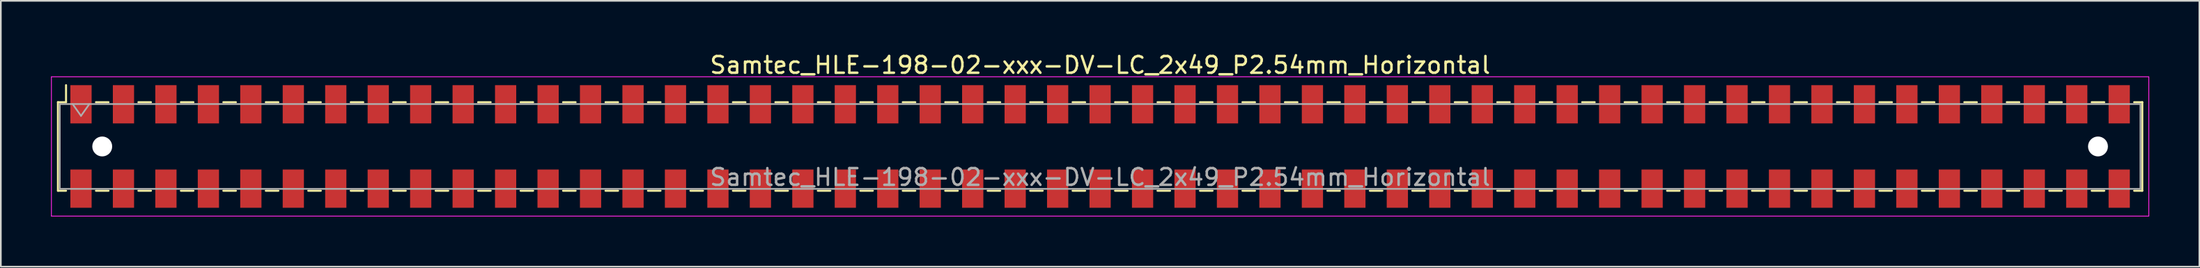
<source format=kicad_pcb>
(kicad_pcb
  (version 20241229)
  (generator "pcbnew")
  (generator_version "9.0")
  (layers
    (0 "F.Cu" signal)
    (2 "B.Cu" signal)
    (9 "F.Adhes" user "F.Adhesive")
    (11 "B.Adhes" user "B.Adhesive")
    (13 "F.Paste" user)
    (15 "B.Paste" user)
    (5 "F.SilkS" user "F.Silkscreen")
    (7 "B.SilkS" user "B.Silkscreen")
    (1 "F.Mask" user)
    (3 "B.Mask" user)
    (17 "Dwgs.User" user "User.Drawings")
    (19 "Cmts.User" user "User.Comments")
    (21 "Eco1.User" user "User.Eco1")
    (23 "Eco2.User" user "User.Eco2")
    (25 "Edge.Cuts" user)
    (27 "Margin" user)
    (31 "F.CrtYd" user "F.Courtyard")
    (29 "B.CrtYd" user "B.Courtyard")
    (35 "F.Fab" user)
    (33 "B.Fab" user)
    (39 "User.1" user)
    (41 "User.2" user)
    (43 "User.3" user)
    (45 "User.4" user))
  (footprint "Samtec_HLE-198-02-xxx-DV-LC_2x49_P2.54mm_Horizontal"
    (layer "F.Cu")
    (at 62.755 5.718)
    (property "Reference" "Samtec_HLE-198-02-xxx-DV-LC_2x49_P2.54mm_Horizontal" (at 0 -4.87 0) (layer "F.SilkS") (effects (font (size 1 1) (thickness 0.15))))
    (attr smd)
    (fp_line (start -62.34 -2.65) (end -62.34 2.65) (stroke (width 0.12) (type solid)) (layer "F.SilkS"))
    (fp_line (start -62.34 2.65) (end -61.855 2.65) (stroke (width 0.12) (type solid)) (layer "F.SilkS"))
    (fp_line (start -61.855 -3.67) (end -61.855 -2.65) (stroke (width 0.12) (type solid)) (layer "F.SilkS"))
    (fp_line (start -61.855 -2.65) (end -62.34 -2.65) (stroke (width 0.12) (type solid)) (layer "F.SilkS"))
    (fp_line (start -60.065 -2.65) (end -59.315 -2.65) (stroke (width 0.12) (type solid)) (layer "F.SilkS"))
    (fp_line (start -60.065 2.65) (end -59.315 2.65) (stroke (width 0.12) (type solid)) (layer "F.SilkS"))
    (fp_line (start -57.525 -2.65) (end -56.775 -2.65) (stroke (width 0.12) (type solid)) (layer "F.SilkS"))
    (fp_line (start -57.525 2.65) (end -56.775 2.65) (stroke (width 0.12) (type solid)) (layer "F.SilkS"))
    (fp_line (start -54.985 -2.65) (end -54.235 -2.65) (stroke (width 0.12) (type solid)) (layer "F.SilkS"))
    (fp_line (start -54.985 2.65) (end -54.235 2.65) (stroke (width 0.12) (type solid)) (layer "F.SilkS"))
    (fp_line (start -52.445 -2.65) (end -51.695 -2.65) (stroke (width 0.12) (type solid)) (layer "F.SilkS"))
    (fp_line (start -52.445 2.65) (end -51.695 2.65) (stroke (width 0.12) (type solid)) (layer "F.SilkS"))
    (fp_line (start -49.905 -2.65) (end -49.155 -2.65) (stroke (width 0.12) (type solid)) (layer "F.SilkS"))
    (fp_line (start -49.905 2.65) (end -49.155 2.65) (stroke (width 0.12) (type solid)) (layer "F.SilkS"))
    (fp_line (start -47.365 -2.65) (end -46.615 -2.65) (stroke (width 0.12) (type solid)) (layer "F.SilkS"))
    (fp_line (start -47.365 2.65) (end -46.615 2.65) (stroke (width 0.12) (type solid)) (layer "F.SilkS"))
    (fp_line (start -44.825 -2.65) (end -44.075 -2.65) (stroke (width 0.12) (type solid)) (layer "F.SilkS"))
    (fp_line (start -44.825 2.65) (end -44.075 2.65) (stroke (width 0.12) (type solid)) (layer "F.SilkS"))
    (fp_line (start -42.285 -2.65) (end -41.535 -2.65) (stroke (width 0.12) (type solid)) (layer "F.SilkS"))
    (fp_line (start -42.285 2.65) (end -41.535 2.65) (stroke (width 0.12) (type solid)) (layer "F.SilkS"))
    (fp_line (start -39.745 -2.65) (end -38.995 -2.65) (stroke (width 0.12) (type solid)) (layer "F.SilkS"))
    (fp_line (start -39.745 2.65) (end -38.995 2.65) (stroke (width 0.12) (type solid)) (layer "F.SilkS"))
    (fp_line (start -37.205 -2.65) (end -36.455 -2.65) (stroke (width 0.12) (type solid)) (layer "F.SilkS"))
    (fp_line (start -37.205 2.65) (end -36.455 2.65) (stroke (width 0.12) (type solid)) (layer "F.SilkS"))
    (fp_line (start -34.665 -2.65) (end -33.915 -2.65) (stroke (width 0.12) (type solid)) (layer "F.SilkS"))
    (fp_line (start -34.665 2.65) (end -33.915 2.65) (stroke (width 0.12) (type solid)) (layer "F.SilkS"))
    (fp_line (start -32.125 -2.65) (end -31.375 -2.65) (stroke (width 0.12) (type solid)) (layer "F.SilkS"))
    (fp_line (start -32.125 2.65) (end -31.375 2.65) (stroke (width 0.12) (type solid)) (layer "F.SilkS"))
    (fp_line (start -29.585 -2.65) (end -28.835 -2.65) (stroke (width 0.12) (type solid)) (layer "F.SilkS"))
    (fp_line (start -29.585 2.65) (end -28.835 2.65) (stroke (width 0.12) (type solid)) (layer "F.SilkS"))
    (fp_line (start -27.045 -2.65) (end -26.295 -2.65) (stroke (width 0.12) (type solid)) (layer "F.SilkS"))
    (fp_line (start -27.045 2.65) (end -26.295 2.65) (stroke (width 0.12) (type solid)) (layer "F.SilkS"))
    (fp_line (start -24.505 -2.65) (end -23.755 -2.65) (stroke (width 0.12) (type solid)) (layer "F.SilkS"))
    (fp_line (start -24.505 2.65) (end -23.755 2.65) (stroke (width 0.12) (type solid)) (layer "F.SilkS"))
    (fp_line (start -21.965 -2.65) (end -21.215 -2.65) (stroke (width 0.12) (type solid)) (layer "F.SilkS"))
    (fp_line (start -21.965 2.65) (end -21.215 2.65) (stroke (width 0.12) (type solid)) (layer "F.SilkS"))
    (fp_line (start -19.425 -2.65) (end -18.675 -2.65) (stroke (width 0.12) (type solid)) (layer "F.SilkS"))
    (fp_line (start -19.425 2.65) (end -18.675 2.65) (stroke (width 0.12) (type solid)) (layer "F.SilkS"))
    (fp_line (start -16.885 -2.65) (end -16.135 -2.65) (stroke (width 0.12) (type solid)) (layer "F.SilkS"))
    (fp_line (start -16.885 2.65) (end -16.135 2.65) (stroke (width 0.12) (type solid)) (layer "F.SilkS"))
    (fp_line (start -14.345 -2.65) (end -13.595 -2.65) (stroke (width 0.12) (type solid)) (layer "F.SilkS"))
    (fp_line (start -14.345 2.65) (end -13.595 2.65) (stroke (width 0.12) (type solid)) (layer "F.SilkS"))
    (fp_line (start -11.805 -2.65) (end -11.055 -2.65) (stroke (width 0.12) (type solid)) (layer "F.SilkS"))
    (fp_line (start -11.805 2.65) (end -11.055 2.65) (stroke (width 0.12) (type solid)) (layer "F.SilkS"))
    (fp_line (start -9.265 -2.65) (end -8.515 -2.65) (stroke (width 0.12) (type solid)) (layer "F.SilkS"))
    (fp_line (start -9.265 2.65) (end -8.515 2.65) (stroke (width 0.12) (type solid)) (layer "F.SilkS"))
    (fp_line (start -6.725 -2.65) (end -5.975 -2.65) (stroke (width 0.12) (type solid)) (layer "F.SilkS"))
    (fp_line (start -6.725 2.65) (end -5.975 2.65) (stroke (width 0.12) (type solid)) (layer "F.SilkS"))
    (fp_line (start -4.185 -2.65) (end -3.435 -2.65) (stroke (width 0.12) (type solid)) (layer "F.SilkS"))
    (fp_line (start -4.185 2.65) (end -3.435 2.65) (stroke (width 0.12) (type solid)) (layer "F.SilkS"))
    (fp_line (start -1.645 -2.65) (end -0.895 -2.65) (stroke (width 0.12) (type solid)) (layer "F.SilkS"))
    (fp_line (start -1.645 2.65) (end -0.895 2.65) (stroke (width 0.12) (type solid)) (layer "F.SilkS"))
    (fp_line (start 0.895 -2.65) (end 1.645 -2.65) (stroke (width 0.12) (type solid)) (layer "F.SilkS"))
    (fp_line (start 0.895 2.65) (end 1.645 2.65) (stroke (width 0.12) (type solid)) (layer "F.SilkS"))
    (fp_line (start 3.435 -2.65) (end 4.185 -2.65) (stroke (width 0.12) (type solid)) (layer "F.SilkS"))
    (fp_line (start 3.435 2.65) (end 4.185 2.65) (stroke (width 0.12) (type solid)) (layer "F.SilkS"))
    (fp_line (start 5.975 -2.65) (end 6.725 -2.65) (stroke (width 0.12) (type solid)) (layer "F.SilkS"))
    (fp_line (start 5.975 2.65) (end 6.725 2.65) (stroke (width 0.12) (type solid)) (layer "F.SilkS"))
    (fp_line (start 8.515 -2.65) (end 9.265 -2.65) (stroke (width 0.12) (type solid)) (layer "F.SilkS"))
    (fp_line (start 8.515 2.65) (end 9.265 2.65) (stroke (width 0.12) (type solid)) (layer "F.SilkS"))
    (fp_line (start 11.055 -2.65) (end 11.805 -2.65) (stroke (width 0.12) (type solid)) (layer "F.SilkS"))
    (fp_line (start 11.055 2.65) (end 11.805 2.65) (stroke (width 0.12) (type solid)) (layer "F.SilkS"))
    (fp_line (start 13.595 -2.65) (end 14.345 -2.65) (stroke (width 0.12) (type solid)) (layer "F.SilkS"))
    (fp_line (start 13.595 2.65) (end 14.345 2.65) (stroke (width 0.12) (type solid)) (layer "F.SilkS"))
    (fp_line (start 16.135 -2.65) (end 16.885 -2.65) (stroke (width 0.12) (type solid)) (layer "F.SilkS"))
    (fp_line (start 16.135 2.65) (end 16.885 2.65) (stroke (width 0.12) (type solid)) (layer "F.SilkS"))
    (fp_line (start 18.675 -2.65) (end 19.425 -2.65) (stroke (width 0.12) (type solid)) (layer "F.SilkS"))
    (fp_line (start 18.675 2.65) (end 19.425 2.65) (stroke (width 0.12) (type solid)) (layer "F.SilkS"))
    (fp_line (start 21.215 -2.65) (end 21.965 -2.65) (stroke (width 0.12) (type solid)) (layer "F.SilkS"))
    (fp_line (start 21.215 2.65) (end 21.965 2.65) (stroke (width 0.12) (type solid)) (layer "F.SilkS"))
    (fp_line (start 23.755 -2.65) (end 24.505 -2.65) (stroke (width 0.12) (type solid)) (layer "F.SilkS"))
    (fp_line (start 23.755 2.65) (end 24.505 2.65) (stroke (width 0.12) (type solid)) (layer "F.SilkS"))
    (fp_line (start 26.295 -2.65) (end 27.045 -2.65) (stroke (width 0.12) (type solid)) (layer "F.SilkS"))
    (fp_line (start 26.295 2.65) (end 27.045 2.65) (stroke (width 0.12) (type solid)) (layer "F.SilkS"))
    (fp_line (start 28.835 -2.65) (end 29.585 -2.65) (stroke (width 0.12) (type solid)) (layer "F.SilkS"))
    (fp_line (start 28.835 2.65) (end 29.585 2.65) (stroke (width 0.12) (type solid)) (layer "F.SilkS"))
    (fp_line (start 31.375 -2.65) (end 32.125 -2.65) (stroke (width 0.12) (type solid)) (layer "F.SilkS"))
    (fp_line (start 31.375 2.65) (end 32.125 2.65) (stroke (width 0.12) (type solid)) (layer "F.SilkS"))
    (fp_line (start 33.915 -2.65) (end 34.665 -2.65) (stroke (width 0.12) (type solid)) (layer "F.SilkS"))
    (fp_line (start 33.915 2.65) (end 34.665 2.65) (stroke (width 0.12) (type solid)) (layer "F.SilkS"))
    (fp_line (start 36.455 -2.65) (end 37.205 -2.65) (stroke (width 0.12) (type solid)) (layer "F.SilkS"))
    (fp_line (start 36.455 2.65) (end 37.205 2.65) (stroke (width 0.12) (type solid)) (layer "F.SilkS"))
    (fp_line (start 38.995 -2.65) (end 39.745 -2.65) (stroke (width 0.12) (type solid)) (layer "F.SilkS"))
    (fp_line (start 38.995 2.65) (end 39.745 2.65) (stroke (width 0.12) (type solid)) (layer "F.SilkS"))
    (fp_line (start 41.535 -2.65) (end 42.285 -2.65) (stroke (width 0.12) (type solid)) (layer "F.SilkS"))
    (fp_line (start 41.535 2.65) (end 42.285 2.65) (stroke (width 0.12) (type solid)) (layer "F.SilkS"))
    (fp_line (start 44.075 -2.65) (end 44.825 -2.65) (stroke (width 0.12) (type solid)) (layer "F.SilkS"))
    (fp_line (start 44.075 2.65) (end 44.825 2.65) (stroke (width 0.12) (type solid)) (layer "F.SilkS"))
    (fp_line (start 46.615 -2.65) (end 47.365 -2.65) (stroke (width 0.12) (type solid)) (layer "F.SilkS"))
    (fp_line (start 46.615 2.65) (end 47.365 2.65) (stroke (width 0.12) (type solid)) (layer "F.SilkS"))
    (fp_line (start 49.155 -2.65) (end 49.905 -2.65) (stroke (width 0.12) (type solid)) (layer "F.SilkS"))
    (fp_line (start 49.155 2.65) (end 49.905 2.65) (stroke (width 0.12) (type solid)) (layer "F.SilkS"))
    (fp_line (start 51.695 -2.65) (end 52.445 -2.65) (stroke (width 0.12) (type solid)) (layer "F.SilkS"))
    (fp_line (start 51.695 2.65) (end 52.445 2.65) (stroke (width 0.12) (type solid)) (layer "F.SilkS"))
    (fp_line (start 54.235 -2.65) (end 54.985 -2.65) (stroke (width 0.12) (type solid)) (layer "F.SilkS"))
    (fp_line (start 54.235 2.65) (end 54.985 2.65) (stroke (width 0.12) (type solid)) (layer "F.SilkS"))
    (fp_line (start 56.775 -2.65) (end 57.525 -2.65) (stroke (width 0.12) (type solid)) (layer "F.SilkS"))
    (fp_line (start 56.775 2.65) (end 57.525 2.65) (stroke (width 0.12) (type solid)) (layer "F.SilkS"))
    (fp_line (start 59.315 -2.65) (end 60.065 -2.65) (stroke (width 0.12) (type solid)) (layer "F.SilkS"))
    (fp_line (start 59.315 2.65) (end 60.065 2.65) (stroke (width 0.12) (type solid)) (layer "F.SilkS"))
    (fp_line (start 61.855 -2.65) (end 62.34 -2.65) (stroke (width 0.12) (type solid)) (layer "F.SilkS"))
    (fp_line (start 62.34 -2.65) (end 62.34 2.65) (stroke (width 0.12) (type solid)) (layer "F.SilkS"))
    (fp_line (start 62.34 2.65) (end 61.855 2.65) (stroke (width 0.12) (type solid)) (layer "F.SilkS"))
    (fp_line (start -62.73 -4.17) (end 62.73 -4.17) (stroke (width 0.05) (type solid)) (layer "F.CrtYd"))
    (fp_line (start -62.73 4.17) (end -62.73 -4.17) (stroke (width 0.05) (type solid)) (layer "F.CrtYd"))
    (fp_line (start 62.73 -4.17) (end 62.73 4.17) (stroke (width 0.05) (type solid)) (layer "F.CrtYd"))
    (fp_line (start 62.73 4.17) (end -62.73 4.17) (stroke (width 0.05) (type solid)) (layer "F.CrtYd"))
    (fp_line (start -62.23 -2.54) (end 62.23 -2.54) (stroke (width 0.1) (type solid)) (layer "F.Fab"))
    (fp_line (start -62.23 2.54) (end -62.23 -2.54) (stroke (width 0.1) (type solid)) (layer "F.Fab"))
    (fp_line (start -61.46 -2.54) (end -60.96 -1.833) (stroke (width 0.1) (type solid)) (layer "F.Fab"))
    (fp_line (start -60.96 -1.833) (end -60.46 -2.54) (stroke (width 0.1) (type solid)) (layer "F.Fab"))
    (fp_line (start 62.23 -2.54) (end 62.23 2.54) (stroke (width 0.1) (type solid)) (layer "F.Fab"))
    (fp_line (start 62.23 2.54) (end -62.23 2.54) (stroke (width 0.1) (type solid)) (layer "F.Fab"))
    (fp_text user "${REFERENCE}" (at 0 1.84 0) (layer "F.Fab") (effects (font (size 1 1) (thickness 0.15))))
    (pad "" np_thru_hole circle (at -59.69 0) (size 1.19 1.19) (drill 1.19) (layers "*.Cu" "*.Mask"))
    (pad "" np_thru_hole circle (at 59.69 0) (size 1.19 1.19) (drill 1.19) (layers "*.Cu" "*.Mask"))
    (pad "1" smd rect (at -60.96 -2.525) (size 1.27 2.29) (layers "F.Cu" "F.Mask" "F.Paste"))
    (pad "2" smd rect (at -60.96 2.525) (size 1.27 2.29) (layers "F.Cu" "F.Mask" "F.Paste"))
    (pad "3" smd rect (at -58.42 -2.525) (size 1.27 2.29) (layers "F.Cu" "F.Mask" "F.Paste"))
    (pad "4" smd rect (at -58.42 2.525) (size 1.27 2.29) (layers "F.Cu" "F.Mask" "F.Paste"))
    (pad "5" smd rect (at -55.88 -2.525) (size 1.27 2.29) (layers "F.Cu" "F.Mask" "F.Paste"))
    (pad "6" smd rect (at -55.88 2.525) (size 1.27 2.29) (layers "F.Cu" "F.Mask" "F.Paste"))
    (pad "7" smd rect (at -53.34 -2.525) (size 1.27 2.29) (layers "F.Cu" "F.Mask" "F.Paste"))
    (pad "8" smd rect (at -53.34 2.525) (size 1.27 2.29) (layers "F.Cu" "F.Mask" "F.Paste"))
    (pad "9" smd rect (at -50.8 -2.525) (size 1.27 2.29) (layers "F.Cu" "F.Mask" "F.Paste"))
    (pad "10" smd rect (at -50.8 2.525) (size 1.27 2.29) (layers "F.Cu" "F.Mask" "F.Paste"))
    (pad "11" smd rect (at -48.26 -2.525) (size 1.27 2.29) (layers "F.Cu" "F.Mask" "F.Paste"))
    (pad "12" smd rect (at -48.26 2.525) (size 1.27 2.29) (layers "F.Cu" "F.Mask" "F.Paste"))
    (pad "13" smd rect (at -45.72 -2.525) (size 1.27 2.29) (layers "F.Cu" "F.Mask" "F.Paste"))
    (pad "14" smd rect (at -45.72 2.525) (size 1.27 2.29) (layers "F.Cu" "F.Mask" "F.Paste"))
    (pad "15" smd rect (at -43.18 -2.525) (size 1.27 2.29) (layers "F.Cu" "F.Mask" "F.Paste"))
    (pad "16" smd rect (at -43.18 2.525) (size 1.27 2.29) (layers "F.Cu" "F.Mask" "F.Paste"))
    (pad "17" smd rect (at -40.64 -2.525) (size 1.27 2.29) (layers "F.Cu" "F.Mask" "F.Paste"))
    (pad "18" smd rect (at -40.64 2.525) (size 1.27 2.29) (layers "F.Cu" "F.Mask" "F.Paste"))
    (pad "19" smd rect (at -38.1 -2.525) (size 1.27 2.29) (layers "F.Cu" "F.Mask" "F.Paste"))
    (pad "20" smd rect (at -38.1 2.525) (size 1.27 2.29) (layers "F.Cu" "F.Mask" "F.Paste"))
    (pad "21" smd rect (at -35.56 -2.525) (size 1.27 2.29) (layers "F.Cu" "F.Mask" "F.Paste"))
    (pad "22" smd rect (at -35.56 2.525) (size 1.27 2.29) (layers "F.Cu" "F.Mask" "F.Paste"))
    (pad "23" smd rect (at -33.02 -2.525) (size 1.27 2.29) (layers "F.Cu" "F.Mask" "F.Paste"))
    (pad "24" smd rect (at -33.02 2.525) (size 1.27 2.29) (layers "F.Cu" "F.Mask" "F.Paste"))
    (pad "25" smd rect (at -30.48 -2.525) (size 1.27 2.29) (layers "F.Cu" "F.Mask" "F.Paste"))
    (pad "26" smd rect (at -30.48 2.525) (size 1.27 2.29) (layers "F.Cu" "F.Mask" "F.Paste"))
    (pad "27" smd rect (at -27.94 -2.525) (size 1.27 2.29) (layers "F.Cu" "F.Mask" "F.Paste"))
    (pad "28" smd rect (at -27.94 2.525) (size 1.27 2.29) (layers "F.Cu" "F.Mask" "F.Paste"))
    (pad "29" smd rect (at -25.4 -2.525) (size 1.27 2.29) (layers "F.Cu" "F.Mask" "F.Paste"))
    (pad "30" smd rect (at -25.4 2.525) (size 1.27 2.29) (layers "F.Cu" "F.Mask" "F.Paste"))
    (pad "31" smd rect (at -22.86 -2.525) (size 1.27 2.29) (layers "F.Cu" "F.Mask" "F.Paste"))
    (pad "32" smd rect (at -22.86 2.525) (size 1.27 2.29) (layers "F.Cu" "F.Mask" "F.Paste"))
    (pad "33" smd rect (at -20.32 -2.525) (size 1.27 2.29) (layers "F.Cu" "F.Mask" "F.Paste"))
    (pad "34" smd rect (at -20.32 2.525) (size 1.27 2.29) (layers "F.Cu" "F.Mask" "F.Paste"))
    (pad "35" smd rect (at -17.78 -2.525) (size 1.27 2.29) (layers "F.Cu" "F.Mask" "F.Paste"))
    (pad "36" smd rect (at -17.78 2.525) (size 1.27 2.29) (layers "F.Cu" "F.Mask" "F.Paste"))
    (pad "37" smd rect (at -15.24 -2.525) (size 1.27 2.29) (layers "F.Cu" "F.Mask" "F.Paste"))
    (pad "38" smd rect (at -15.24 2.525) (size 1.27 2.29) (layers "F.Cu" "F.Mask" "F.Paste"))
    (pad "39" smd rect (at -12.7 -2.525) (size 1.27 2.29) (layers "F.Cu" "F.Mask" "F.Paste"))
    (pad "40" smd rect (at -12.7 2.525) (size 1.27 2.29) (layers "F.Cu" "F.Mask" "F.Paste"))
    (pad "41" smd rect (at -10.16 -2.525) (size 1.27 2.29) (layers "F.Cu" "F.Mask" "F.Paste"))
    (pad "42" smd rect (at -10.16 2.525) (size 1.27 2.29) (layers "F.Cu" "F.Mask" "F.Paste"))
    (pad "43" smd rect (at -7.62 -2.525) (size 1.27 2.29) (layers "F.Cu" "F.Mask" "F.Paste"))
    (pad "44" smd rect (at -7.62 2.525) (size 1.27 2.29) (layers "F.Cu" "F.Mask" "F.Paste"))
    (pad "45" smd rect (at -5.08 -2.525) (size 1.27 2.29) (layers "F.Cu" "F.Mask" "F.Paste"))
    (pad "46" smd rect (at -5.08 2.525) (size 1.27 2.29) (layers "F.Cu" "F.Mask" "F.Paste"))
    (pad "47" smd rect (at -2.54 -2.525) (size 1.27 2.29) (layers "F.Cu" "F.Mask" "F.Paste"))
    (pad "48" smd rect (at -2.54 2.525) (size 1.27 2.29) (layers "F.Cu" "F.Mask" "F.Paste"))
    (pad "49" smd rect (at 0 -2.525) (size 1.27 2.29) (layers "F.Cu" "F.Mask" "F.Paste"))
    (pad "50" smd rect (at 0 2.525) (size 1.27 2.29) (layers "F.Cu" "F.Mask" "F.Paste"))
    (pad "51" smd rect (at 2.54 -2.525) (size 1.27 2.29) (layers "F.Cu" "F.Mask" "F.Paste"))
    (pad "52" smd rect (at 2.54 2.525) (size 1.27 2.29) (layers "F.Cu" "F.Mask" "F.Paste"))
    (pad "53" smd rect (at 5.08 -2.525) (size 1.27 2.29) (layers "F.Cu" "F.Mask" "F.Paste"))
    (pad "54" smd rect (at 5.08 2.525) (size 1.27 2.29) (layers "F.Cu" "F.Mask" "F.Paste"))
    (pad "55" smd rect (at 7.62 -2.525) (size 1.27 2.29) (layers "F.Cu" "F.Mask" "F.Paste"))
    (pad "56" smd rect (at 7.62 2.525) (size 1.27 2.29) (layers "F.Cu" "F.Mask" "F.Paste"))
    (pad "57" smd rect (at 10.16 -2.525) (size 1.27 2.29) (layers "F.Cu" "F.Mask" "F.Paste"))
    (pad "58" smd rect (at 10.16 2.525) (size 1.27 2.29) (layers "F.Cu" "F.Mask" "F.Paste"))
    (pad "59" smd rect (at 12.7 -2.525) (size 1.27 2.29) (layers "F.Cu" "F.Mask" "F.Paste"))
    (pad "60" smd rect (at 12.7 2.525) (size 1.27 2.29) (layers "F.Cu" "F.Mask" "F.Paste"))
    (pad "61" smd rect (at 15.24 -2.525) (size 1.27 2.29) (layers "F.Cu" "F.Mask" "F.Paste"))
    (pad "62" smd rect (at 15.24 2.525) (size 1.27 2.29) (layers "F.Cu" "F.Mask" "F.Paste"))
    (pad "63" smd rect (at 17.78 -2.525) (size 1.27 2.29) (layers "F.Cu" "F.Mask" "F.Paste"))
    (pad "64" smd rect (at 17.78 2.525) (size 1.27 2.29) (layers "F.Cu" "F.Mask" "F.Paste"))
    (pad "65" smd rect (at 20.32 -2.525) (size 1.27 2.29) (layers "F.Cu" "F.Mask" "F.Paste"))
    (pad "66" smd rect (at 20.32 2.525) (size 1.27 2.29) (layers "F.Cu" "F.Mask" "F.Paste"))
    (pad "67" smd rect (at 22.86 -2.525) (size 1.27 2.29) (layers "F.Cu" "F.Mask" "F.Paste"))
    (pad "68" smd rect (at 22.86 2.525) (size 1.27 2.29) (layers "F.Cu" "F.Mask" "F.Paste"))
    (pad "69" smd rect (at 25.4 -2.525) (size 1.27 2.29) (layers "F.Cu" "F.Mask" "F.Paste"))
    (pad "70" smd rect (at 25.4 2.525) (size 1.27 2.29) (layers "F.Cu" "F.Mask" "F.Paste"))
    (pad "71" smd rect (at 27.94 -2.525) (size 1.27 2.29) (layers "F.Cu" "F.Mask" "F.Paste"))
    (pad "72" smd rect (at 27.94 2.525) (size 1.27 2.29) (layers "F.Cu" "F.Mask" "F.Paste"))
    (pad "73" smd rect (at 30.48 -2.525) (size 1.27 2.29) (layers "F.Cu" "F.Mask" "F.Paste"))
    (pad "74" smd rect (at 30.48 2.525) (size 1.27 2.29) (layers "F.Cu" "F.Mask" "F.Paste"))
    (pad "75" smd rect (at 33.02 -2.525) (size 1.27 2.29) (layers "F.Cu" "F.Mask" "F.Paste"))
    (pad "76" smd rect (at 33.02 2.525) (size 1.27 2.29) (layers "F.Cu" "F.Mask" "F.Paste"))
    (pad "77" smd rect (at 35.56 -2.525) (size 1.27 2.29) (layers "F.Cu" "F.Mask" "F.Paste"))
    (pad "78" smd rect (at 35.56 2.525) (size 1.27 2.29) (layers "F.Cu" "F.Mask" "F.Paste"))
    (pad "79" smd rect (at 38.1 -2.525) (size 1.27 2.29) (layers "F.Cu" "F.Mask" "F.Paste"))
    (pad "80" smd rect (at 38.1 2.525) (size 1.27 2.29) (layers "F.Cu" "F.Mask" "F.Paste"))
    (pad "81" smd rect (at 40.64 -2.525) (size 1.27 2.29) (layers "F.Cu" "F.Mask" "F.Paste"))
    (pad "82" smd rect (at 40.64 2.525) (size 1.27 2.29) (layers "F.Cu" "F.Mask" "F.Paste"))
    (pad "83" smd rect (at 43.18 -2.525) (size 1.27 2.29) (layers "F.Cu" "F.Mask" "F.Paste"))
    (pad "84" smd rect (at 43.18 2.525) (size 1.27 2.29) (layers "F.Cu" "F.Mask" "F.Paste"))
    (pad "85" smd rect (at 45.72 -2.525) (size 1.27 2.29) (layers "F.Cu" "F.Mask" "F.Paste"))
    (pad "86" smd rect (at 45.72 2.525) (size 1.27 2.29) (layers "F.Cu" "F.Mask" "F.Paste"))
    (pad "87" smd rect (at 48.26 -2.525) (size 1.27 2.29) (layers "F.Cu" "F.Mask" "F.Paste"))
    (pad "88" smd rect (at 48.26 2.525) (size 1.27 2.29) (layers "F.Cu" "F.Mask" "F.Paste"))
    (pad "89" smd rect (at 50.8 -2.525) (size 1.27 2.29) (layers "F.Cu" "F.Mask" "F.Paste"))
    (pad "90" smd rect (at 50.8 2.525) (size 1.27 2.29) (layers "F.Cu" "F.Mask" "F.Paste"))
    (pad "91" smd rect (at 53.34 -2.525) (size 1.27 2.29) (layers "F.Cu" "F.Mask" "F.Paste"))
    (pad "92" smd rect (at 53.34 2.525) (size 1.27 2.29) (layers "F.Cu" "F.Mask" "F.Paste"))
    (pad "93" smd rect (at 55.88 -2.525) (size 1.27 2.29) (layers "F.Cu" "F.Mask" "F.Paste"))
    (pad "94" smd rect (at 55.88 2.525) (size 1.27 2.29) (layers "F.Cu" "F.Mask" "F.Paste"))
    (pad "95" smd rect (at 58.42 -2.525) (size 1.27 2.29) (layers "F.Cu" "F.Mask" "F.Paste"))
    (pad "96" smd rect (at 58.42 2.525) (size 1.27 2.29) (layers "F.Cu" "F.Mask" "F.Paste"))
    (pad "97" smd rect (at 60.96 -2.525) (size 1.27 2.29) (layers "F.Cu" "F.Mask" "F.Paste"))
    (pad "98" smd rect (at 60.96 2.525) (size 1.27 2.29) (layers "F.Cu" "F.Mask" "F.Paste")))
  (gr_rect
    (start -3 -3)
    (end 128.51 12.913)
    (stroke (width 0.1) (type default))
    (fill no)
    (layer "Edge.Cuts")))
</source>
